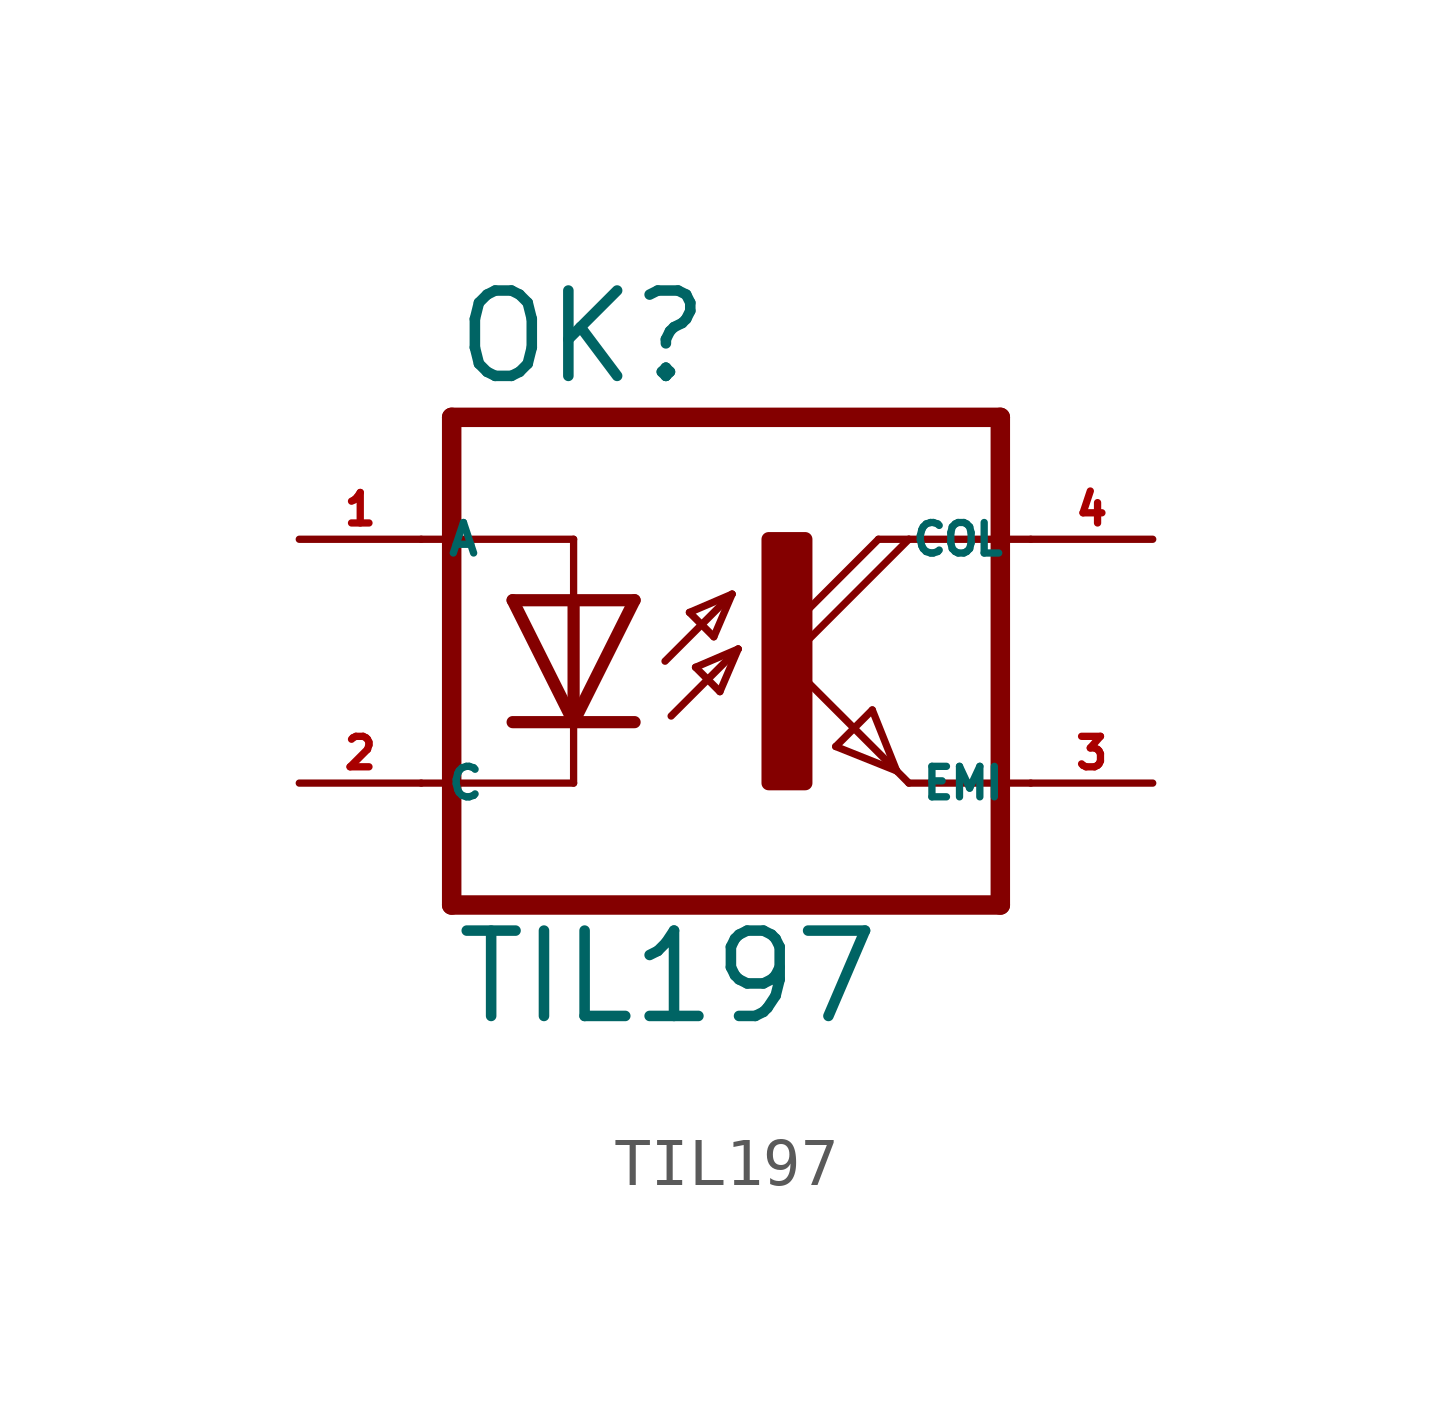
<source format=kicad_sym>
(kicad_symbol_lib
  (version 20220914)
  (generator kicad_symbol_editor)
  (symbol "TIL197"
    (property "Reference" "OK"
      (at -6.985 5.715 0)
      (effects (font (size 1.778 1.778) (thickness 0.22)) (justify left bottom)))
    (property "Value" "TIL197"
      (at -6.985 -7.62 0)
      (effects (font (size 1.778 1.778) (thickness 0.22)) (justify left bottom)))
    (symbol "TIL197_1_1"
      (rectangle (start -0.381 -2.54) (end 0.381 2.54) (stroke (width 0.3) (type default)) (fill (type outline)))
      (polyline (pts (xy -6.985 -5.08) (xy 4.445 -5.08)) (stroke (width 0.406) (type default)) (fill (type none)))
      (polyline (pts (xy -6.985 5.08) (xy -6.985 -5.08)) (stroke (width 0.406) (type default)) (fill (type none)))
      (polyline (pts (xy -6.985 5.08) (xy 4.445 5.08)) (stroke (width 0.406) (type default)) (fill (type none)))
      (polyline (pts (xy -4.445 -2.54) (xy -7.62 -2.54)) (stroke (width 0.152) (type default)) (fill (type none)))
      (polyline (pts (xy -4.445 -1.27) (xy -5.715 -1.27)) (stroke (width 0.254) (type default)) (fill (type none)))
      (polyline (pts (xy -4.445 -1.27) (xy -5.715 1.27)) (stroke (width 0.254) (type default)) (fill (type none)))
      (polyline (pts (xy -4.445 -1.27) (xy -4.445 -2.54)) (stroke (width 0.152) (type default)) (fill (type none)))
      (polyline (pts (xy -4.445 1.27) (xy -5.715 1.27)) (stroke (width 0.254) (type default)) (fill (type none)))
      (polyline (pts (xy -4.445 1.27) (xy -4.445 -1.27)) (stroke (width 0.254) (type default)) (fill (type none)))
      (polyline (pts (xy -4.445 1.27) (xy -4.445 2.54)) (stroke (width 0.152) (type default)) (fill (type none)))
      (polyline (pts (xy -4.445 2.54) (xy -7.62 2.54)) (stroke (width 0.152) (type default)) (fill (type none)))
      (polyline (pts (xy -3.175 -1.27) (xy -4.445 -1.27)) (stroke (width 0.254) (type default)) (fill (type none)))
      (polyline (pts (xy -3.175 1.27) (xy -4.445 -1.27)) (stroke (width 0.254) (type default)) (fill (type none)))
      (polyline (pts (xy -3.175 1.27) (xy -4.445 1.27)) (stroke (width 0.254) (type default)) (fill (type none)))
      (polyline (pts (xy -2.54 0) (xy -1.143 1.397)) (stroke (width 0.152) (type default)) (fill (type none)))
      (polyline (pts (xy -2.413 -1.143) (xy -1.016 0.254)) (stroke (width 0.152) (type default)) (fill (type none)))
      (polyline (pts (xy -2.032 1.016) (xy -1.524 0.508)) (stroke (width 0.152) (type default)) (fill (type none)))
      (polyline (pts (xy -1.905 -0.127) (xy -1.397 -0.635)) (stroke (width 0.152) (type default)) (fill (type none)))
      (polyline (pts (xy -1.524 0.508) (xy -1.143 1.397)) (stroke (width 0.152) (type default)) (fill (type none)))
      (polyline (pts (xy -1.397 -0.635) (xy -1.016 0.254)) (stroke (width 0.152) (type default)) (fill (type none)))
      (polyline (pts (xy -1.143 1.397) (xy -2.032 1.016)) (stroke (width 0.152) (type default)) (fill (type none)))
      (polyline (pts (xy -1.016 0.254) (xy -1.905 -0.127)) (stroke (width 0.152) (type default)) (fill (type none)))
      (polyline (pts (xy 0 0) (xy 2.286 -2.286)) (stroke (width 0.152) (type default)) (fill (type none)))
      (polyline (pts (xy 1.016 -1.778) (xy 1.778 -1.016)) (stroke (width 0.152) (type default)) (fill (type none)))
      (polyline (pts (xy 1.778 -1.016) (xy 2.286 -2.286)) (stroke (width 0.152) (type default)) (fill (type none)))
      (polyline (pts (xy 1.905 2.54) (xy 0 0.635)) (stroke (width 0.152) (type default)) (fill (type none)))
      (polyline (pts (xy 1.905 2.54) (xy 2.54 2.54)) (stroke (width 0.152) (type default)) (fill (type none)))
      (polyline (pts (xy 2.286 -2.286) (xy 1.016 -1.778)) (stroke (width 0.152) (type default)) (fill (type none)))
      (polyline (pts (xy 2.286 -2.286) (xy 2.54 -2.54)) (stroke (width 0.152) (type default)) (fill (type none)))
      (polyline (pts (xy 2.54 -2.54) (xy 5.08 -2.54)) (stroke (width 0.152) (type default)) (fill (type none)))
      (polyline (pts (xy 2.54 2.54) (xy 0 0)) (stroke (width 0.152) (type default)) (fill (type none)))
      (polyline (pts (xy 2.54 2.54) (xy 5.08 2.54)) (stroke (width 0.152) (type default)) (fill (type none)))
      (polyline (pts (xy 4.445 5.08) (xy 4.445 -5.08)) (stroke (width 0.406) (type default)) (fill (type none)))
      (pin passive line (at -10.16 2.54 0) (length 2.54) (name "A" (effects (font (size 0.635 0.635)))) (number "1" (effects (font (size 0.635 0.635)))))
      (pin passive line (at -10.16 -2.54 0) (length 2.54) (name "C" (effects (font (size 0.635 0.635)))) (number "2" (effects (font (size 0.635 0.635)))))
      (pin passive line (at 7.62 -2.54 180) (length 2.54) (name "EMI" (effects (font (size 0.635 0.635)))) (number "3" (effects (font (size 0.635 0.635)))))
      (pin passive line (at 7.62 2.54 180) (length 2.54) (name "COL" (effects (font (size 0.635 0.635)))) (number "4" (effects (font (size 0.635 0.635))))))))
</source>
